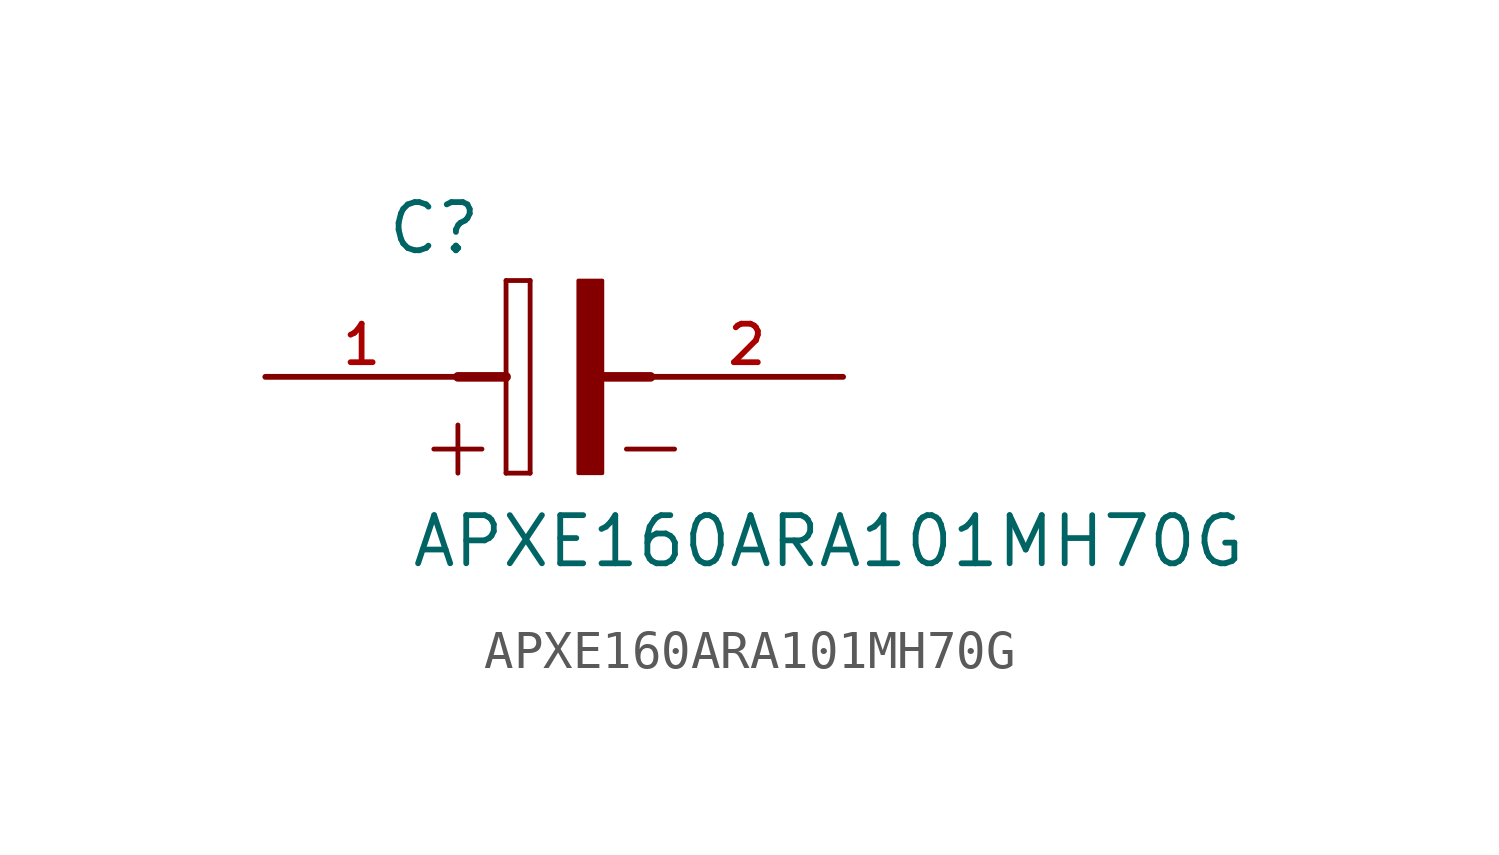
<source format=kicad_sym>
(kicad_symbol_lib
  (version 20211014)
  (generator kicad_symbol_editor)
  (symbol "APXE160ARA101MH70G"
    (pin_names
      (offset 1.016))
    (property "Reference" "C"
      (at -4.446 3.176 0)
      (effects (font (size 1.27 1.27)) (justify bottom left)))
    (property "Value" "APXE160ARA101MH70G"
      (at -3.811 -5.081 0)
      (effects (font (size 1.27 1.27)) (justify bottom left)))
    (symbol "APXE160ARA101MH70G_0_0"
      (polyline (pts (xy -1.27 -2.54) (xy -1.27 0.0)) (stroke (width 0.127)))
      (polyline (pts (xy -1.27 0.0) (xy -1.27 2.54)) (stroke (width 0.127)))
      (polyline (pts (xy -1.27 -2.54) (xy -0.635 -2.54)) (stroke (width 0.127)))
      (polyline (pts (xy -0.635 -2.54) (xy -0.635 2.54)) (stroke (width 0.127)))
      (polyline (pts (xy -0.635 2.54) (xy -1.27 2.54)) (stroke (width 0.127)))
      (polyline (pts (xy -1.905 -1.905) (xy -3.175 -1.905)) (stroke (width 0.127)))
      (polyline (pts (xy -2.54 -2.54) (xy -2.54 -1.27)) (stroke (width 0.127)))
      (rectangle (start 0.636 -2.542) (end 1.27 2.54) (stroke (width 0.1)) (fill (type outline)))
      (polyline (pts (xy 3.175 -1.905) (xy 1.905 -1.905)) (stroke (width 0.127)))
      (polyline (pts (xy 2.54 0.0) (xy 1.016 0.0)) (stroke (width 0.254)))
      (polyline (pts (xy 1.016 0.0) (xy 1.016 0.254)) (stroke (width 0.254)))
      (polyline (pts (xy -2.54 0.0) (xy -1.27 0.0)) (stroke (width 0.254)))
      (pin passive line (at -7.62 0.0 0) (length 5.08) (name "~" (effects (font (size 1.016 1.016)))) (number "1" (effects (font (size 1.016 1.016)))))
      (pin passive line (at 7.62 0.0 180.0) (length 5.08) (name "~" (effects (font (size 1.016 1.016)))) (number "2" (effects (font (size 1.016 1.016))))))))
</source>
